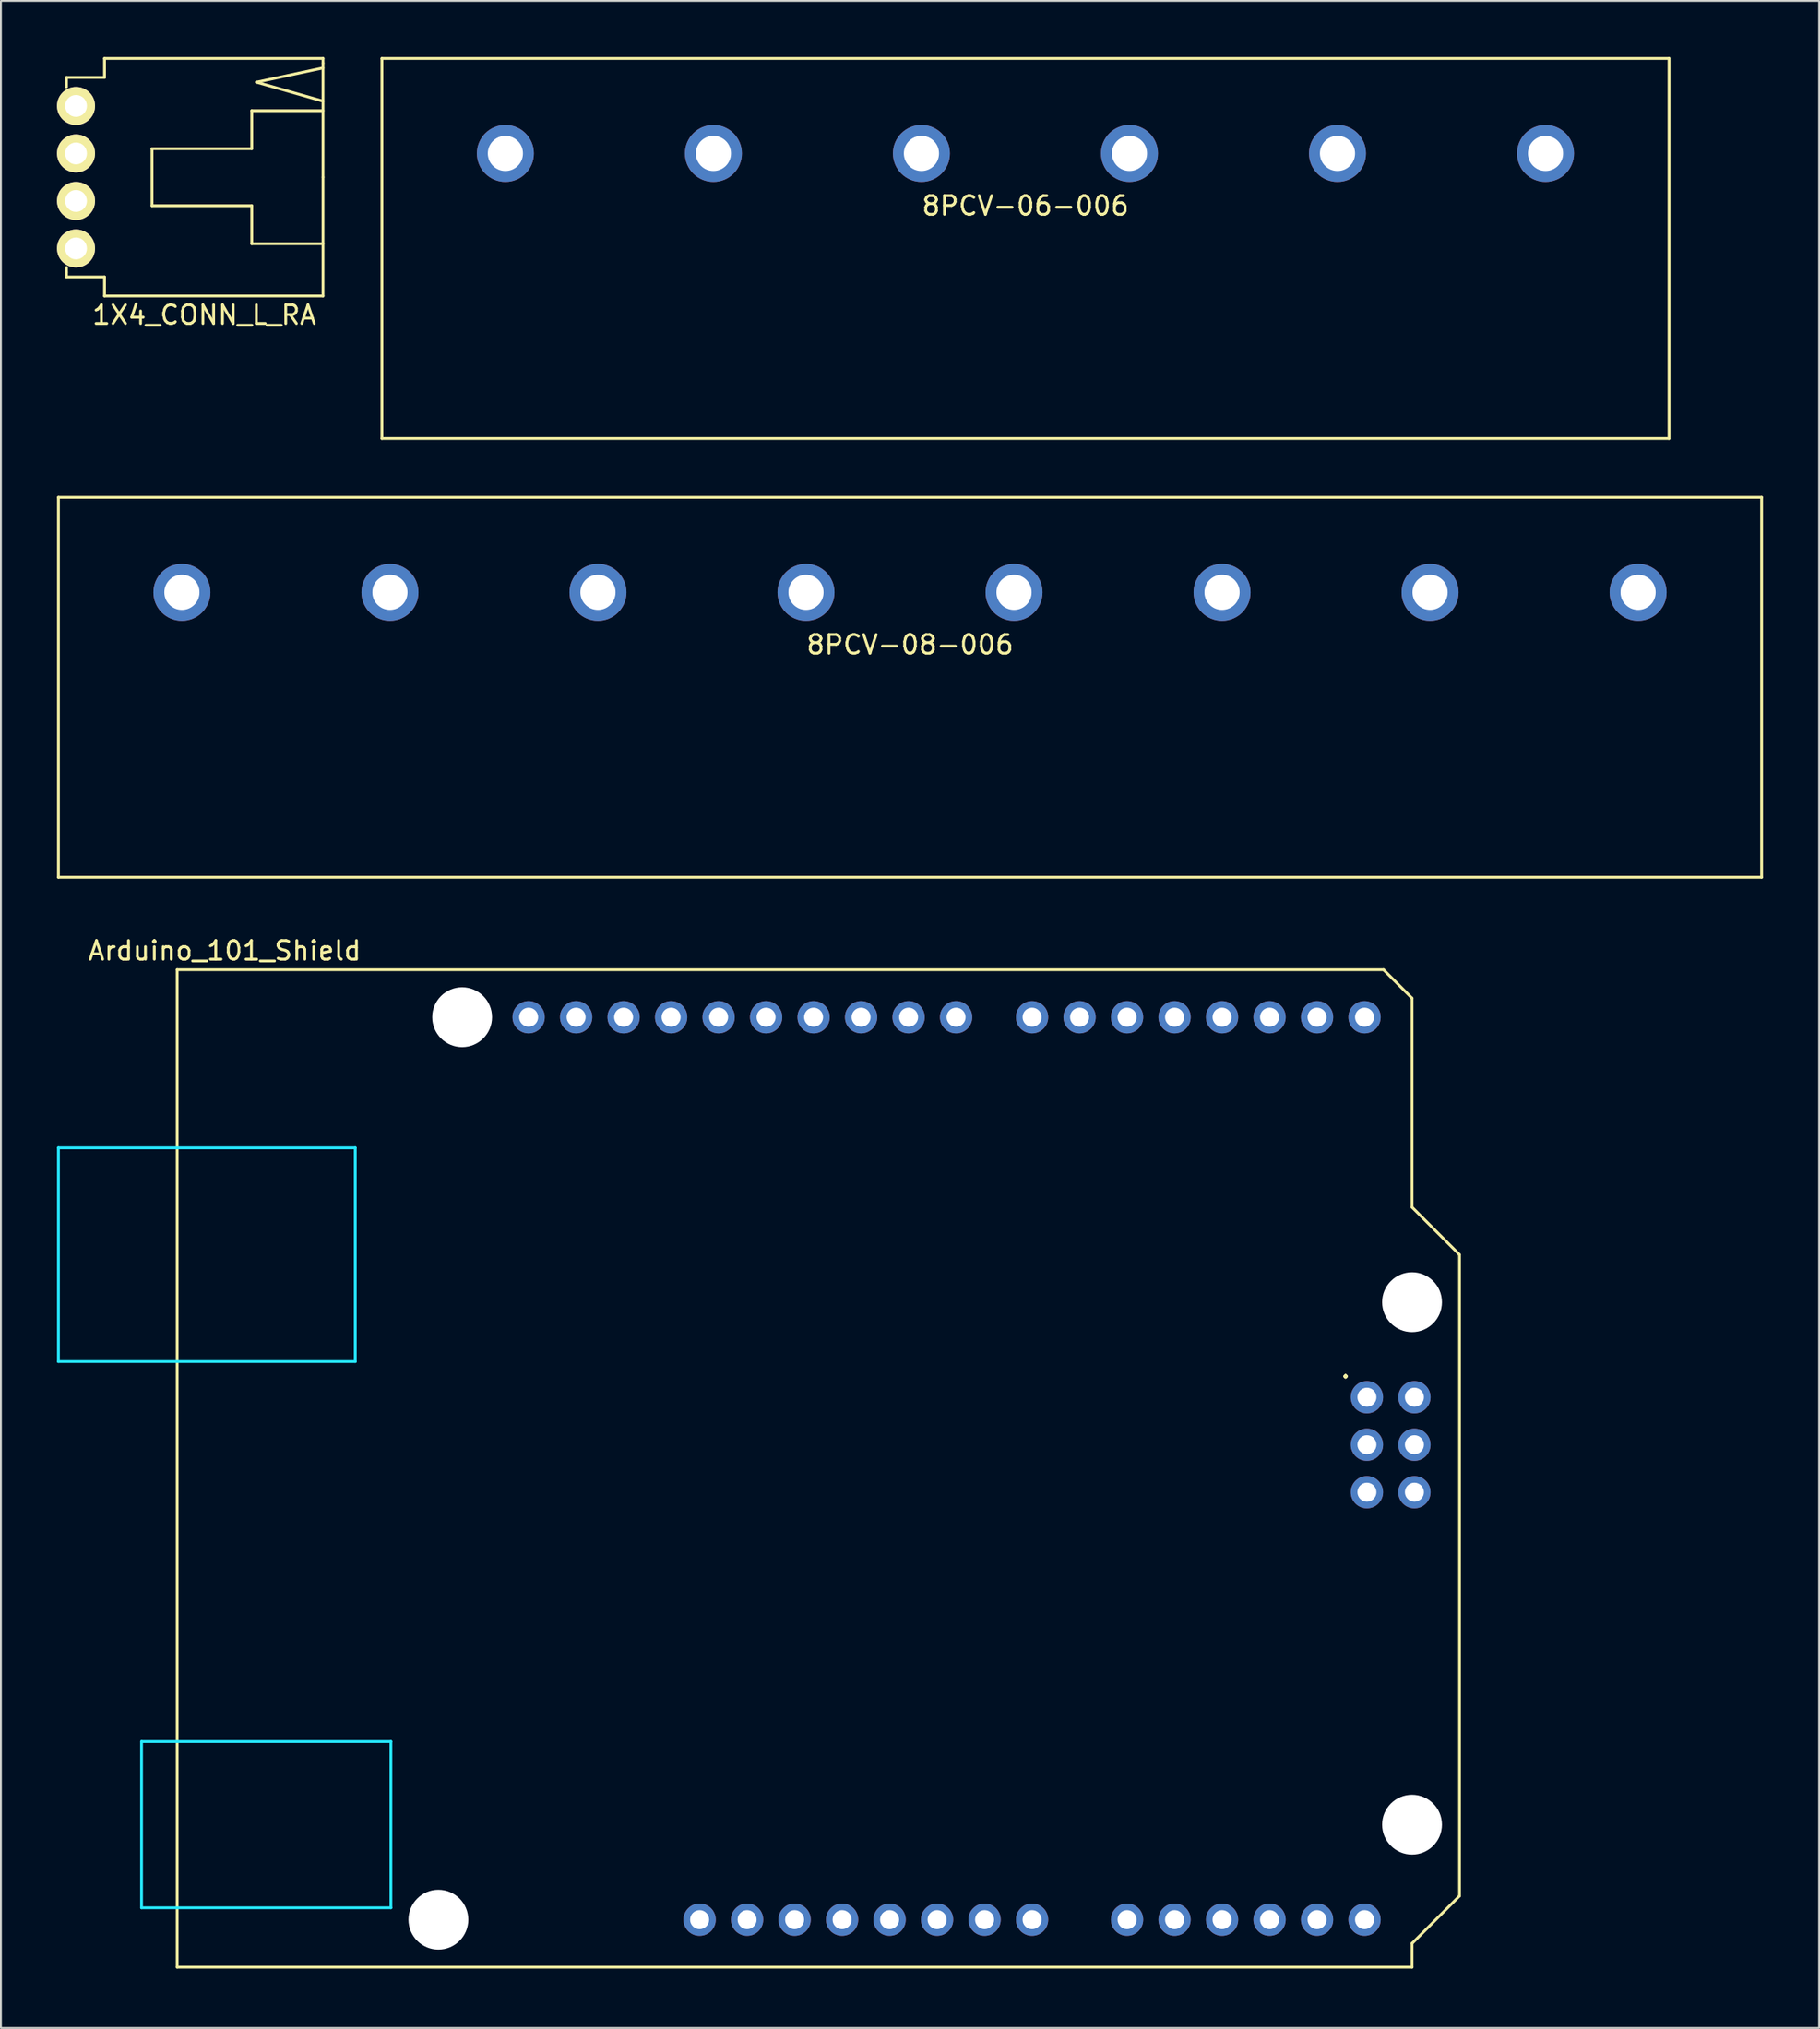
<source format=kicad_pcb>
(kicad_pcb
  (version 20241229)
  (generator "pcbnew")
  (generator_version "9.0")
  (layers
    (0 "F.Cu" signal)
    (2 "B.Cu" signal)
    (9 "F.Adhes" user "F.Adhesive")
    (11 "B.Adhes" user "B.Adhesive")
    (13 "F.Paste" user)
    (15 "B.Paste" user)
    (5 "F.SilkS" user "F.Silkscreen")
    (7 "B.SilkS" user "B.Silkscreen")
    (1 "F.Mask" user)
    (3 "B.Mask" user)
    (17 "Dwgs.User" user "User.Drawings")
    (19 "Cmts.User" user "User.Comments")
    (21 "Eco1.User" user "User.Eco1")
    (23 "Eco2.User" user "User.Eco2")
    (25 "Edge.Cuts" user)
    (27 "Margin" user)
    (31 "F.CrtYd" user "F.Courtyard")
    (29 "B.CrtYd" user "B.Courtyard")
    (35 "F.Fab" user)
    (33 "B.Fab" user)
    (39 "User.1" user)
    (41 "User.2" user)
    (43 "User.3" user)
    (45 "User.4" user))
  (footprint "Arduino_101_Shield"
    (layer "F.Cu")
    (at 6.425 102.144)
    (property "Reference" "Arduino_101_Shield" (at 2.54 -54.356 0) (layer "F.SilkS") (effects (font (size 1 1) (thickness 0.15))))
    (attr through_hole)
    (fp_line (start 0 -53.34) (end 0 0) (stroke (width 0.15) (type solid)) (layer "F.SilkS"))
    (fp_line (start 0 -53.34) (end 64.516 -53.34) (stroke (width 0.15) (type solid)) (layer "F.SilkS"))
    (fp_line (start 0 0) (end 66.04 0) (stroke (width 0.15) (type solid)) (layer "F.SilkS"))
    (fp_line (start 64.516 -53.34) (end 66.04 -51.816) (stroke (width 0.15) (type solid)) (layer "F.SilkS"))
    (fp_line (start 66.04 -40.64) (end 66.04 -51.816) (stroke (width 0.15) (type solid)) (layer "F.SilkS"))
    (fp_line (start 66.04 -1.27) (end 68.58 -3.81) (stroke (width 0.15) (type solid)) (layer "F.SilkS"))
    (fp_line (start 66.04 0) (end 66.04 -1.27) (stroke (width 0.15) (type solid)) (layer "F.SilkS"))
    (fp_line (start 68.58 -38.1) (end 66.04 -40.64) (stroke (width 0.15) (type solid)) (layer "F.SilkS"))
    (fp_line (start 68.58 -3.81) (end 68.58 -38.1) (stroke (width 0.15) (type solid)) (layer "F.SilkS"))
    (fp_line (start -6.35 -43.815) (end -6.35 -32.385) (stroke (width 0.15) (type solid)) (layer "B.CrtYd"))
    (fp_line (start -1.905 -12.065) (end -1.905 -3.175) (stroke (width 0.15) (type solid)) (layer "B.CrtYd"))
    (fp_line (start -1.905 -12.065) (end 11.43 -12.065) (stroke (width 0.15) (type solid)) (layer "B.CrtYd"))
    (fp_line (start -1.905 -3.175) (end 11.43 -3.175) (stroke (width 0.15) (type solid)) (layer "B.CrtYd"))
    (fp_line (start 9.525 -43.815) (end -6.35 -43.815) (stroke (width 0.15) (type solid)) (layer "B.CrtYd"))
    (fp_line (start 9.525 -43.815) (end 9.525 -32.385) (stroke (width 0.15) (type solid)) (layer "B.CrtYd"))
    (fp_line (start 9.525 -32.385) (end -6.35 -32.385) (stroke (width 0.15) (type solid)) (layer "B.CrtYd"))
    (fp_line (start 11.43 -12.065) (end 11.43 -3.175) (stroke (width 0.15) (type solid)) (layer "B.CrtYd"))
    (fp_text user "." (at 62.484 -32.004 0) (layer "F.SilkS") (effects (font (size 1 1) (thickness 0.15))))
    (pad "" np_thru_hole circle (at 13.97 -2.54) (size 3.2 3.2) (drill 3.2) (layers "*.Cu" "*.Mask"))
    (pad "" np_thru_hole circle (at 15.24 -50.8) (size 3.2 3.2) (drill 3.2) (layers "*.Cu" "*.Mask"))
    (pad "" np_thru_hole circle (at 66.04 -35.56) (size 3.2 3.2) (drill 3.2) (layers "*.Cu" "*.Mask"))
    (pad "" np_thru_hole circle (at 66.04 -7.62) (size 3.2 3.2) (drill 3.2) (layers "*.Cu" "*.Mask"))
    (pad "3V3" thru_hole oval (at 35.56 -2.54) (size 1.727 1.727) (drill 1.016) (layers "*.Cu" "*.Mask"))
    (pad "5V1" thru_hole oval (at 38.1 -2.54) (size 1.727 1.727) (drill 1.016) (layers "*.Cu" "*.Mask"))
    (pad "5V2" thru_hole oval (at 66.167 -30.48) (size 1.727 1.727) (drill 1.016) (layers "*.Cu" "*.Mask"))
    (pad "A0" thru_hole oval (at 50.8 -2.54) (size 1.727 1.727) (drill 1.016) (layers "*.Cu" "*.Mask"))
    (pad "A1" thru_hole oval (at 53.34 -2.54) (size 1.727 1.727) (drill 1.016) (layers "*.Cu" "*.Mask"))
    (pad "A2" thru_hole oval (at 55.88 -2.54) (size 1.727 1.727) (drill 1.016) (layers "*.Cu" "*.Mask"))
    (pad "A3" thru_hole oval (at 58.42 -2.54) (size 1.727 1.727) (drill 1.016) (layers "*.Cu" "*.Mask"))
    (pad "A4" thru_hole oval (at 60.96 -2.54) (size 1.727 1.727) (drill 1.016) (layers "*.Cu" "*.Mask"))
    (pad "A5" thru_hole oval (at 63.5 -2.54) (size 1.727 1.727) (drill 1.016) (layers "*.Cu" "*.Mask"))
    (pad "AREF" thru_hole oval (at 23.876 -50.8) (size 1.727 1.727) (drill 1.016) (layers "*.Cu" "*.Mask"))
    (pad "ATN" thru_hole oval (at 27.94 -2.54) (size 1.727 1.727) (drill 1.016) (layers "*.Cu" "*.Mask"))
    (pad "D0" thru_hole oval (at 63.5 -50.8) (size 1.727 1.727) (drill 1.016) (layers "*.Cu" "*.Mask"))
    (pad "D1" thru_hole oval (at 60.96 -50.8) (size 1.727 1.727) (drill 1.016) (layers "*.Cu" "*.Mask"))
    (pad "D2" thru_hole oval (at 58.42 -50.8) (size 1.727 1.727) (drill 1.016) (layers "*.Cu" "*.Mask"))
    (pad "D3" thru_hole oval (at 55.88 -50.8) (size 1.727 1.727) (drill 1.016) (layers "*.Cu" "*.Mask"))
    (pad "D4" thru_hole oval (at 53.34 -50.8) (size 1.727 1.727) (drill 1.016) (layers "*.Cu" "*.Mask"))
    (pad "D5" thru_hole oval (at 50.8 -50.8) (size 1.727 1.727) (drill 1.016) (layers "*.Cu" "*.Mask"))
    (pad "D6" thru_hole oval (at 48.26 -50.8) (size 1.727 1.727) (drill 1.016) (layers "*.Cu" "*.Mask"))
    (pad "D7" thru_hole oval (at 45.72 -50.8) (size 1.727 1.727) (drill 1.016) (layers "*.Cu" "*.Mask"))
    (pad "D8" thru_hole oval (at 41.656 -50.8) (size 1.727 1.727) (drill 1.016) (layers "*.Cu" "*.Mask"))
    (pad "D9" thru_hole oval (at 39.116 -50.8) (size 1.727 1.727) (drill 1.016) (layers "*.Cu" "*.Mask"))
    (pad "D10" thru_hole oval (at 36.576 -50.8) (size 1.727 1.727) (drill 1.016) (layers "*.Cu" "*.Mask"))
    (pad "D11" thru_hole oval (at 34.036 -50.8) (size 1.727 1.727) (drill 1.016) (layers "*.Cu" "*.Mask"))
    (pad "D12" thru_hole oval (at 31.496 -50.8) (size 1.727 1.727) (drill 1.016) (layers "*.Cu" "*.Mask"))
    (pad "D13" thru_hole oval (at 28.956 -50.8) (size 1.727 1.727) (drill 1.016) (layers "*.Cu" "*.Mask"))
    (pad "GND1" thru_hole oval (at 26.416 -50.8) (size 1.727 1.727) (drill 1.016) (layers "*.Cu" "*.Mask"))
    (pad "GND2" thru_hole oval (at 40.64 -2.54) (size 1.727 1.727) (drill 1.016) (layers "*.Cu" "*.Mask"))
    (pad "GND3" thru_hole oval (at 43.18 -2.54) (size 1.727 1.727) (drill 1.016) (layers "*.Cu" "*.Mask"))
    (pad "GND4" thru_hole oval (at 66.167 -25.4) (size 1.727 1.727) (drill 1.016) (layers "*.Cu" "*.Mask"))
    (pad "IORF" thru_hole oval (at 30.48 -2.54) (size 1.727 1.727) (drill 1.016) (layers "*.Cu" "*.Mask"))
    (pad "MISO" thru_hole oval (at 63.627 -30.48) (size 1.727 1.727) (drill 1.016) (layers "*.Cu" "*.Mask"))
    (pad "MOSI" thru_hole oval (at 66.167 -27.94) (size 1.727 1.727) (drill 1.016) (layers "*.Cu" "*.Mask"))
    (pad "RST1" thru_hole oval (at 33.02 -2.54) (size 1.727 1.727) (drill 1.016) (layers "*.Cu" "*.Mask"))
    (pad "RST2" thru_hole oval (at 63.627 -25.4) (size 1.727 1.727) (drill 1.016) (layers "*.Cu" "*.Mask"))
    (pad "SCK" thru_hole oval (at 63.627 -27.94) (size 1.727 1.727) (drill 1.016) (layers "*.Cu" "*.Mask"))
    (pad "SCL" thru_hole oval (at 18.796 -50.8) (size 1.727 1.727) (drill 1.016) (layers "*.Cu" "*.Mask"))
    (pad "SDA" thru_hole oval (at 21.336 -50.8) (size 1.727 1.727) (drill 1.016) (layers "*.Cu" "*.Mask"))
    (pad "VIN" thru_hole oval (at 45.72 -2.54) (size 1.727 1.727) (drill 1.016) (layers "*.Cu" "*.Mask")))
  (footprint "8PCV-08-006"
    (layer "F.Cu")
    (at 45.617 28.625)
    (property "Reference" "8PCV-08-006" (at 0 2.8 0) (layer "F.SilkS") (effects (font (size 1 1) (thickness 0.15))))
    (attr through_hole)
    (fp_line (start -45.542 -5.08) (end -45.542 15.24) (stroke (width 0.15) (type solid)) (layer "F.SilkS"))
    (fp_line (start 45.542 -5.08) (end -45.542 -5.08) (stroke (width 0.15) (type solid)) (layer "F.SilkS"))
    (fp_line (start 45.542 -5.08) (end 45.542 15.24) (stroke (width 0.15) (type solid)) (layer "F.SilkS"))
    (fp_line (start 45.542 15.24) (end -45.542 15.24) (stroke (width 0.15) (type solid)) (layer "F.SilkS"))
    (pad "1" thru_hole circle (at -38.938 0) (size 3.048 3.048) (drill 1.88) (layers "*.Cu" "*.Mask"))
    (pad "2" thru_hole circle (at -27.813 0) (size 3.048 3.048) (drill 1.88) (layers "*.Cu" "*.Mask"))
    (pad "3" thru_hole circle (at -16.688 0) (size 3.048 3.048) (drill 1.88) (layers "*.Cu" "*.Mask"))
    (pad "4" thru_hole circle (at -5.563 0) (size 3.048 3.048) (drill 1.88) (layers "*.Cu" "*.Mask"))
    (pad "5" thru_hole circle (at 5.563 0) (size 3.048 3.048) (drill 1.88) (layers "*.Cu" "*.Mask"))
    (pad "6" thru_hole circle (at 16.688 0) (size 3.048 3.048) (drill 1.88) (layers "*.Cu" "*.Mask"))
    (pad "7" thru_hole circle (at 27.813 0) (size 3.048 3.048) (drill 1.88) (layers "*.Cu" "*.Mask"))
    (pad "8" thru_hole circle (at 38.938 0) (size 3.048 3.048) (drill 1.88) (layers "*.Cu" "*.Mask")))
  (footprint "8PCV-06-006"
    (layer "F.Cu")
    (at 51.791 5.155)
    (property "Reference" "8PCV-06-006" (at 0 2.8 0) (layer "F.SilkS") (effects (font (size 1 1) (thickness 0.15))))
    (attr through_hole)
    (fp_line (start -34.417 -5.08) (end -34.417 15.24) (stroke (width 0.15) (type solid)) (layer "F.SilkS"))
    (fp_line (start 34.417 -5.08) (end -34.417 -5.08) (stroke (width 0.15) (type solid)) (layer "F.SilkS"))
    (fp_line (start 34.417 -5.08) (end 34.417 15.24) (stroke (width 0.15) (type solid)) (layer "F.SilkS"))
    (fp_line (start 34.417 15.24) (end -34.417 15.24) (stroke (width 0.15) (type solid)) (layer "F.SilkS"))
    (pad "1" thru_hole circle (at -27.813 0) (size 3.048 3.048) (drill 1.88) (layers "*.Cu" "*.Mask"))
    (pad "2" thru_hole circle (at -16.688 0) (size 3.048 3.048) (drill 1.88) (layers "*.Cu" "*.Mask"))
    (pad "3" thru_hole circle (at -5.563 0) (size 3.048 3.048) (drill 1.88) (layers "*.Cu" "*.Mask"))
    (pad "4" thru_hole circle (at 5.563 0) (size 3.048 3.048) (drill 1.88) (layers "*.Cu" "*.Mask"))
    (pad "5" thru_hole circle (at 16.688 0) (size 3.048 3.048) (drill 1.88) (layers "*.Cu" "*.Mask"))
    (pad "6" thru_hole circle (at 27.813 0) (size 3.048 3.048) (drill 1.88) (layers "*.Cu" "*.Mask")))
  (footprint "1X4_CONN_L_RA"
    (layer "F.Cu")
    (at 1.016 6.425)
    (property "Reference" "1X4_CONN_L_RA" (at 6.858 7.366 0) (layer "F.SilkS") (effects (font (size 1 1) (thickness 0.15))))
    (attr through_hole)
    (fp_line (start -0.508 -5.334) (end -0.508 -4.826) (stroke (width 0.15) (type solid)) (layer "F.SilkS"))
    (fp_line (start -0.508 -5.334) (end 1.524 -5.334) (stroke (width 0.15) (type solid)) (layer "F.SilkS"))
    (fp_line (start -0.508 5.08) (end -0.508 4.826) (stroke (width 0.15) (type solid)) (layer "F.SilkS"))
    (fp_line (start -0.508 5.08) (end -0.508 5.334) (stroke (width 0.15) (type solid)) (layer "F.SilkS"))
    (fp_line (start -0.508 5.334) (end 1.524 5.334) (stroke (width 0.15) (type solid)) (layer "F.SilkS"))
    (fp_line (start 1.524 -6.35) (end 13.208 -6.35) (stroke (width 0.15) (type solid)) (layer "F.SilkS"))
    (fp_line (start 1.524 -5.334) (end 1.524 -6.35) (stroke (width 0.15) (type solid)) (layer "F.SilkS"))
    (fp_line (start 1.524 5.334) (end 1.524 6.35) (stroke (width 0.15) (type solid)) (layer "F.SilkS"))
    (fp_line (start 1.524 6.35) (end 13.208 6.35) (stroke (width 0.15) (type solid)) (layer "F.SilkS"))
    (fp_line (start 4.064 -1.524) (end 4.064 1.524) (stroke (width 0.15) (type solid)) (layer "F.SilkS"))
    (fp_line (start 9.398 -3.556) (end 9.398 -1.524) (stroke (width 0.15) (type solid)) (layer "F.SilkS"))
    (fp_line (start 9.398 -3.556) (end 13.208 -3.556) (stroke (width 0.15) (type solid)) (layer "F.SilkS"))
    (fp_line (start 9.398 -1.524) (end 4.064 -1.524) (stroke (width 0.15) (type solid)) (layer "F.SilkS"))
    (fp_line (start 9.398 1.524) (end 4.064 1.524) (stroke (width 0.15) (type solid)) (layer "F.SilkS"))
    (fp_line (start 9.398 1.524) (end 9.398 3.556) (stroke (width 0.15) (type solid)) (layer "F.SilkS"))
    (fp_line (start 9.398 3.556) (end 13.208 3.556) (stroke (width 0.15) (type solid)) (layer "F.SilkS"))
    (fp_line (start 9.652 -5.08) (end 13.208 -5.842) (stroke (width 0.15) (type solid)) (layer "F.SilkS"))
    (fp_line (start 9.652 -5.08) (end 13.208 -4.064) (stroke (width 0.15) (type solid)) (layer "F.SilkS"))
    (fp_line (start 13.208 -6.096) (end 13.208 -6.35) (stroke (width 0.15) (type solid)) (layer "F.SilkS"))
    (fp_line (start 13.208 0) (end 13.208 -6.096) (stroke (width 0.15) (type solid)) (layer "F.SilkS"))
    (fp_line (start 13.208 0) (end 13.208 6.35) (stroke (width 0.15) (type solid)) (layer "F.SilkS"))
    (pad "1" thru_hole circle (at 0 -3.81) (size 2.032 2.032) (drill 1.168) (layers "*.Cu" "*.Mask" "F.SilkS"))
    (pad "2" thru_hole circle (at 0 -1.27) (size 2.032 2.032) (drill 1.168) (layers "*.Cu" "*.Mask" "F.SilkS"))
    (pad "3" thru_hole circle (at 0 1.27) (size 2.032 2.032) (drill 1.168) (layers "*.Cu" "*.Mask" "F.SilkS"))
    (pad "4" thru_hole circle (at 0 3.81) (size 2.032 2.032) (drill 1.168) (layers "*.Cu" "*.Mask" "F.SilkS")))
  (gr_rect
    (start -3 -3)
    (end 94.234 105.394)
    (stroke (width 0.1) (type default))
    (fill no)
    (layer "Edge.Cuts")))
</source>
